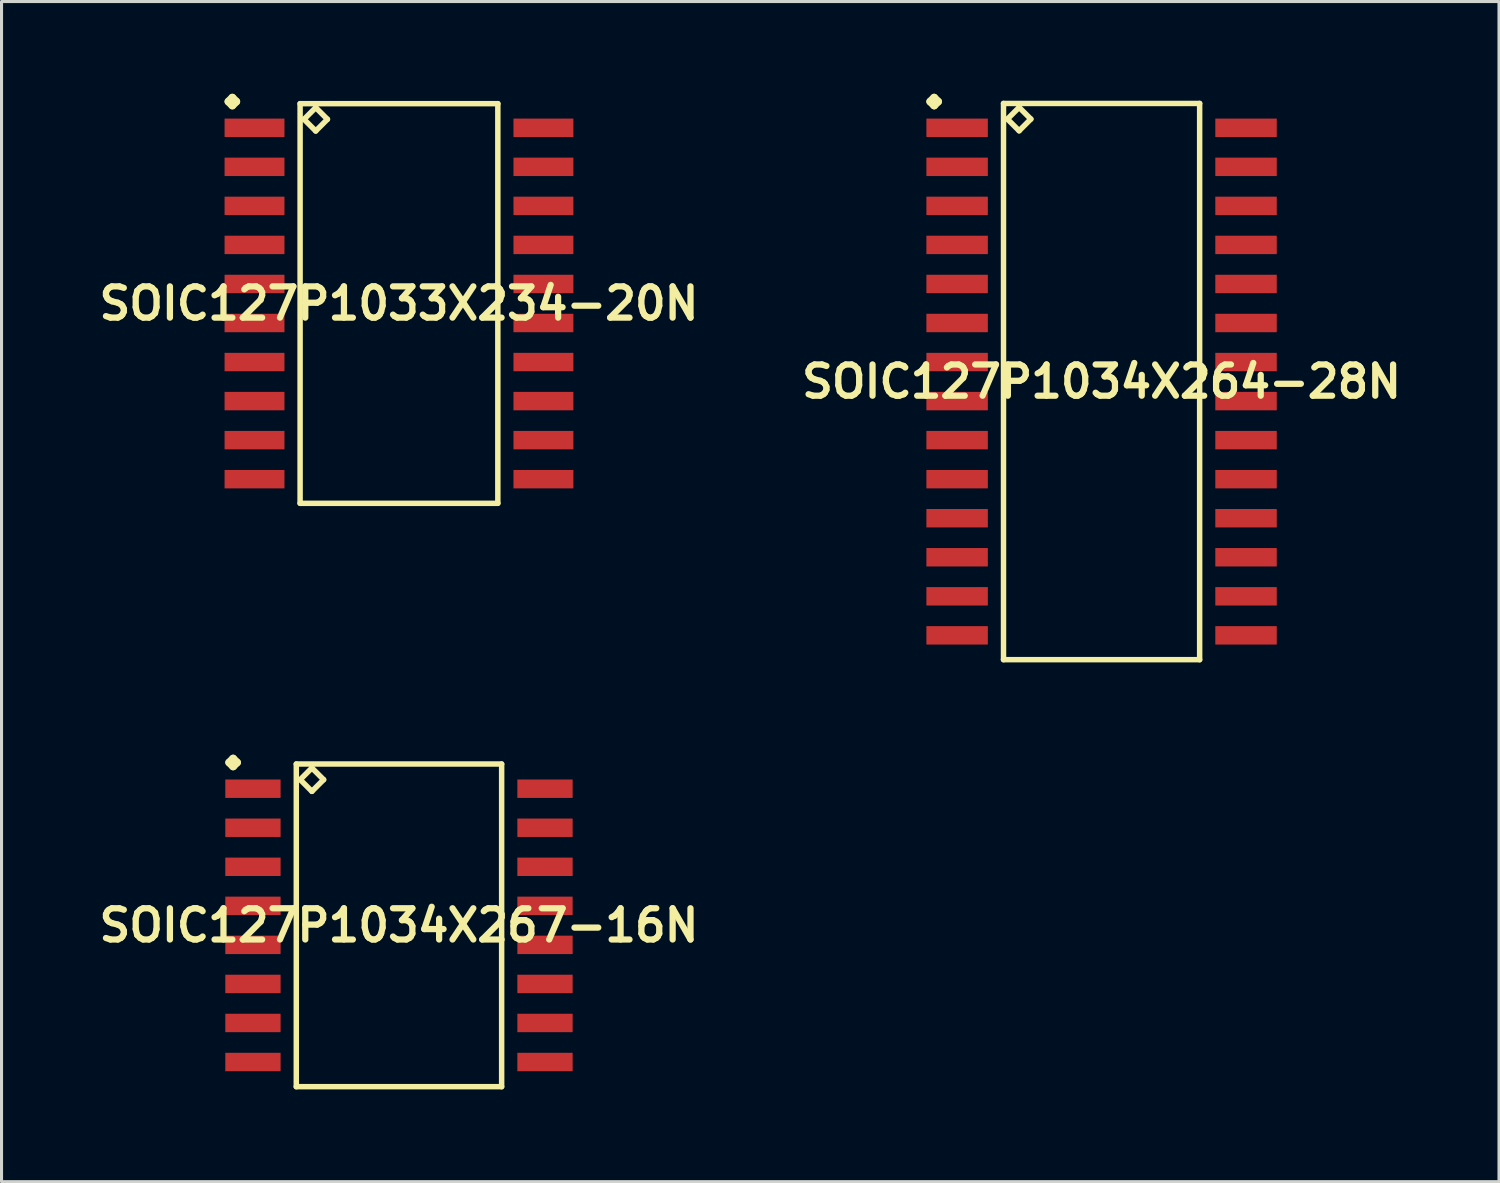
<source format=kicad_pcb>
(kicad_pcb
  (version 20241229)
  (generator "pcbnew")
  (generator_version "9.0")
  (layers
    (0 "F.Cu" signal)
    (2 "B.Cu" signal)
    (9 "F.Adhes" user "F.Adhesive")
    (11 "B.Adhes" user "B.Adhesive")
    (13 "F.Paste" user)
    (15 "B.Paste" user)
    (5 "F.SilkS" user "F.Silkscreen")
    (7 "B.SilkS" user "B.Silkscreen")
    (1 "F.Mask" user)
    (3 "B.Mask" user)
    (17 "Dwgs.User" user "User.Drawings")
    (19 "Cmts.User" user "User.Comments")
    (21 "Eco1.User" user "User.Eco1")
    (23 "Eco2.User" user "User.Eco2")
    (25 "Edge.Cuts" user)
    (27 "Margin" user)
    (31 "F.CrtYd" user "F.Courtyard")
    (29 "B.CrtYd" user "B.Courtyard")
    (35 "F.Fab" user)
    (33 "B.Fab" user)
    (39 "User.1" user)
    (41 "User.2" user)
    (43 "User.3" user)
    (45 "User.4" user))
  (footprint "SOIC127P1034X267-16N"
    (layer "F.Cu")
    (at 9.928 27.051)
    (property "Reference" "SOIC127P1034X267-16N" (at 0 0 0) (layer "F.SilkS") (effects (font (size 1.016 1.016) (thickness 0.203))))
    (attr smd)
    (fp_line (start -5.522 -5.298) (end -5.395 -5.425) (stroke (width 0.254) (type solid)) (layer "F.SilkS"))
    (fp_line (start -5.395 -5.425) (end -5.268 -5.298) (stroke (width 0.254) (type solid)) (layer "F.SilkS"))
    (fp_line (start -5.395 -5.171) (end -5.522 -5.298) (stroke (width 0.254) (type solid)) (layer "F.SilkS"))
    (fp_line (start -5.268 -5.298) (end -5.395 -5.171) (stroke (width 0.254) (type solid)) (layer "F.SilkS"))
    (fp_line (start -3.34 -5.248) (end -3.34 5.248) (stroke (width 0.178) (type solid)) (layer "F.SilkS"))
    (fp_line (start -3.34 5.248) (end 3.34 5.248) (stroke (width 0.178) (type solid)) (layer "F.SilkS"))
    (fp_line (start -3.213 -4.74) (end -2.832 -5.121) (stroke (width 0.178) (type solid)) (layer "F.SilkS"))
    (fp_line (start -2.832 -5.121) (end -2.451 -4.74) (stroke (width 0.178) (type solid)) (layer "F.SilkS"))
    (fp_line (start -2.832 -4.359) (end -3.213 -4.74) (stroke (width 0.178) (type solid)) (layer "F.SilkS"))
    (fp_line (start -2.451 -4.74) (end -2.832 -4.359) (stroke (width 0.178) (type solid)) (layer "F.SilkS"))
    (fp_line (start 3.34 -5.248) (end -3.34 -5.248) (stroke (width 0.178) (type solid)) (layer "F.SilkS"))
    (fp_line (start 3.34 5.248) (end 3.34 -5.248) (stroke (width 0.178) (type solid)) (layer "F.SilkS"))
    (pad "1" smd rect (at -4.75 -4.445) (size 1.798 0.599) (layers "F.Cu" "F.Mask" "F.Paste"))
    (pad "2" smd rect (at -4.75 -3.175) (size 1.798 0.599) (layers "F.Cu" "F.Mask" "F.Paste"))
    (pad "3" smd rect (at -4.75 -1.905) (size 1.798 0.599) (layers "F.Cu" "F.Mask" "F.Paste"))
    (pad "4" smd rect (at -4.75 -0.635) (size 1.798 0.599) (layers "F.Cu" "F.Mask" "F.Paste"))
    (pad "5" smd rect (at -4.75 0.635) (size 1.798 0.599) (layers "F.Cu" "F.Mask" "F.Paste"))
    (pad "6" smd rect (at -4.75 1.905) (size 1.798 0.599) (layers "F.Cu" "F.Mask" "F.Paste"))
    (pad "7" smd rect (at -4.75 3.175) (size 1.798 0.599) (layers "F.Cu" "F.Mask" "F.Paste"))
    (pad "8" smd rect (at -4.75 4.445) (size 1.798 0.599) (layers "F.Cu" "F.Mask" "F.Paste"))
    (pad "9" smd rect (at 4.75 4.445) (size 1.798 0.599) (layers "F.Cu" "F.Mask" "F.Paste"))
    (pad "10" smd rect (at 4.75 3.175) (size 1.798 0.599) (layers "F.Cu" "F.Mask" "F.Paste"))
    (pad "11" smd rect (at 4.75 1.905) (size 1.798 0.599) (layers "F.Cu" "F.Mask" "F.Paste"))
    (pad "12" smd rect (at 4.75 0.635) (size 1.798 0.599) (layers "F.Cu" "F.Mask" "F.Paste"))
    (pad "13" smd rect (at 4.75 -0.635) (size 1.798 0.599) (layers "F.Cu" "F.Mask" "F.Paste"))
    (pad "14" smd rect (at 4.75 -1.905) (size 1.798 0.599) (layers "F.Cu" "F.Mask" "F.Paste"))
    (pad "15" smd rect (at 4.75 -3.175) (size 1.798 0.599) (layers "F.Cu" "F.Mask" "F.Paste"))
    (pad "16" smd rect (at 4.75 -4.445) (size 1.798 0.599) (layers "F.Cu" "F.Mask" "F.Paste")))
  (footprint "SOIC127P1034X264-28N"
    (layer "F.Cu")
    (at 32.783 9.362)
    (property "Reference" "SOIC127P1034X264-28N" (at 0 0 0) (layer "F.SilkS") (effects (font (size 1.016 1.016) (thickness 0.203))))
    (attr smd)
    (fp_line (start -5.573 -9.108) (end -5.446 -9.235) (stroke (width 0.254) (type solid)) (layer "F.SilkS"))
    (fp_line (start -5.446 -9.235) (end -5.319 -9.108) (stroke (width 0.254) (type solid)) (layer "F.SilkS"))
    (fp_line (start -5.446 -8.981) (end -5.573 -9.108) (stroke (width 0.254) (type solid)) (layer "F.SilkS"))
    (fp_line (start -5.319 -9.108) (end -5.446 -8.981) (stroke (width 0.254) (type solid)) (layer "F.SilkS"))
    (fp_line (start -3.19 -9.047) (end -3.19 9.047) (stroke (width 0.178) (type solid)) (layer "F.SilkS"))
    (fp_line (start -3.19 9.047) (end 3.19 9.047) (stroke (width 0.178) (type solid)) (layer "F.SilkS"))
    (fp_line (start -3.063 -8.539) (end -2.682 -8.92) (stroke (width 0.178) (type solid)) (layer "F.SilkS"))
    (fp_line (start -2.682 -8.92) (end -2.301 -8.539) (stroke (width 0.178) (type solid)) (layer "F.SilkS"))
    (fp_line (start -2.682 -8.158) (end -3.063 -8.539) (stroke (width 0.178) (type solid)) (layer "F.SilkS"))
    (fp_line (start -2.301 -8.539) (end -2.682 -8.158) (stroke (width 0.178) (type solid)) (layer "F.SilkS"))
    (fp_line (start 3.19 -9.047) (end -3.19 -9.047) (stroke (width 0.178) (type solid)) (layer "F.SilkS"))
    (fp_line (start 3.19 9.047) (end 3.19 -9.047) (stroke (width 0.178) (type solid)) (layer "F.SilkS"))
    (pad "1" smd rect (at -4.699 -8.255) (size 1.999 0.599) (layers "F.Cu" "F.Mask" "F.Paste"))
    (pad "2" smd rect (at -4.699 -6.985) (size 1.999 0.599) (layers "F.Cu" "F.Mask" "F.Paste"))
    (pad "3" smd rect (at -4.699 -5.715) (size 1.999 0.599) (layers "F.Cu" "F.Mask" "F.Paste"))
    (pad "4" smd rect (at -4.699 -4.445) (size 1.999 0.599) (layers "F.Cu" "F.Mask" "F.Paste"))
    (pad "5" smd rect (at -4.699 -3.175) (size 1.999 0.599) (layers "F.Cu" "F.Mask" "F.Paste"))
    (pad "6" smd rect (at -4.699 -1.905) (size 1.999 0.599) (layers "F.Cu" "F.Mask" "F.Paste"))
    (pad "7" smd rect (at -4.699 -0.635) (size 1.999 0.599) (layers "F.Cu" "F.Mask" "F.Paste"))
    (pad "8" smd rect (at -4.699 0.635) (size 1.999 0.599) (layers "F.Cu" "F.Mask" "F.Paste"))
    (pad "9" smd rect (at -4.699 1.905) (size 1.999 0.599) (layers "F.Cu" "F.Mask" "F.Paste"))
    (pad "10" smd rect (at -4.699 3.175) (size 1.999 0.599) (layers "F.Cu" "F.Mask" "F.Paste"))
    (pad "11" smd rect (at -4.699 4.445) (size 1.999 0.599) (layers "F.Cu" "F.Mask" "F.Paste"))
    (pad "12" smd rect (at -4.699 5.715) (size 1.999 0.599) (layers "F.Cu" "F.Mask" "F.Paste"))
    (pad "13" smd rect (at -4.699 6.985) (size 1.999 0.599) (layers "F.Cu" "F.Mask" "F.Paste"))
    (pad "14" smd rect (at -4.699 8.255) (size 1.999 0.599) (layers "F.Cu" "F.Mask" "F.Paste"))
    (pad "15" smd rect (at 4.699 8.255) (size 1.999 0.599) (layers "F.Cu" "F.Mask" "F.Paste"))
    (pad "16" smd rect (at 4.699 6.985) (size 1.999 0.599) (layers "F.Cu" "F.Mask" "F.Paste"))
    (pad "17" smd rect (at 4.699 5.715) (size 1.999 0.599) (layers "F.Cu" "F.Mask" "F.Paste"))
    (pad "18" smd rect (at 4.699 4.445) (size 1.999 0.599) (layers "F.Cu" "F.Mask" "F.Paste"))
    (pad "19" smd rect (at 4.699 3.175) (size 1.999 0.599) (layers "F.Cu" "F.Mask" "F.Paste"))
    (pad "20" smd rect (at 4.699 1.905) (size 1.999 0.599) (layers "F.Cu" "F.Mask" "F.Paste"))
    (pad "21" smd rect (at 4.699 0.635) (size 1.999 0.599) (layers "F.Cu" "F.Mask" "F.Paste"))
    (pad "22" smd rect (at 4.699 -0.635) (size 1.999 0.599) (layers "F.Cu" "F.Mask" "F.Paste"))
    (pad "23" smd rect (at 4.699 -1.905) (size 1.999 0.599) (layers "F.Cu" "F.Mask" "F.Paste"))
    (pad "24" smd rect (at 4.699 -3.175) (size 1.999 0.599) (layers "F.Cu" "F.Mask" "F.Paste"))
    (pad "25" smd rect (at 4.699 -4.445) (size 1.999 0.599) (layers "F.Cu" "F.Mask" "F.Paste"))
    (pad "26" smd rect (at 4.699 -5.715) (size 1.999 0.599) (layers "F.Cu" "F.Mask" "F.Paste"))
    (pad "27" smd rect (at 4.699 -6.985) (size 1.999 0.599) (layers "F.Cu" "F.Mask" "F.Paste"))
    (pad "28" smd rect (at 4.699 -8.255) (size 1.999 0.599) (layers "F.Cu" "F.Mask" "F.Paste")))
  (footprint "SOIC127P1033X234-20N"
    (layer "F.Cu")
    (at 9.928 6.822)
    (property "Reference" "SOIC127P1033X234-20N" (at 0 0 0) (layer "F.SilkS") (effects (font (size 1.016 1.016) (thickness 0.203))))
    (attr smd)
    (fp_line (start -5.547 -6.568) (end -5.42 -6.695) (stroke (width 0.254) (type solid)) (layer "F.SilkS"))
    (fp_line (start -5.42 -6.695) (end -5.293 -6.568) (stroke (width 0.254) (type solid)) (layer "F.SilkS"))
    (fp_line (start -5.42 -6.441) (end -5.547 -6.568) (stroke (width 0.254) (type solid)) (layer "F.SilkS"))
    (fp_line (start -5.293 -6.568) (end -5.42 -6.441) (stroke (width 0.254) (type solid)) (layer "F.SilkS"))
    (fp_line (start -3.216 -6.5) (end -3.216 6.5) (stroke (width 0.178) (type solid)) (layer "F.SilkS"))
    (fp_line (start -3.216 6.5) (end 3.216 6.5) (stroke (width 0.178) (type solid)) (layer "F.SilkS"))
    (fp_line (start -3.089 -5.992) (end -2.708 -6.373) (stroke (width 0.178) (type solid)) (layer "F.SilkS"))
    (fp_line (start -2.708 -6.373) (end -2.327 -5.992) (stroke (width 0.178) (type solid)) (layer "F.SilkS"))
    (fp_line (start -2.708 -5.611) (end -3.089 -5.992) (stroke (width 0.178) (type solid)) (layer "F.SilkS"))
    (fp_line (start -2.327 -5.992) (end -2.708 -5.611) (stroke (width 0.178) (type solid)) (layer "F.SilkS"))
    (fp_line (start 3.216 -6.5) (end -3.216 -6.5) (stroke (width 0.178) (type solid)) (layer "F.SilkS"))
    (fp_line (start 3.216 6.5) (end 3.216 -6.5) (stroke (width 0.178) (type solid)) (layer "F.SilkS"))
    (pad "1" smd rect (at -4.699 -5.715) (size 1.948 0.599) (layers "F.Cu" "F.Mask" "F.Paste"))
    (pad "2" smd rect (at -4.699 -4.445) (size 1.948 0.599) (layers "F.Cu" "F.Mask" "F.Paste"))
    (pad "3" smd rect (at -4.699 -3.175) (size 1.948 0.599) (layers "F.Cu" "F.Mask" "F.Paste"))
    (pad "4" smd rect (at -4.699 -1.905) (size 1.948 0.599) (layers "F.Cu" "F.Mask" "F.Paste"))
    (pad "5" smd rect (at -4.699 -0.635) (size 1.948 0.599) (layers "F.Cu" "F.Mask" "F.Paste"))
    (pad "6" smd rect (at -4.699 0.635) (size 1.948 0.599) (layers "F.Cu" "F.Mask" "F.Paste"))
    (pad "7" smd rect (at -4.699 1.905) (size 1.948 0.599) (layers "F.Cu" "F.Mask" "F.Paste"))
    (pad "8" smd rect (at -4.699 3.175) (size 1.948 0.599) (layers "F.Cu" "F.Mask" "F.Paste"))
    (pad "9" smd rect (at -4.699 4.445) (size 1.948 0.599) (layers "F.Cu" "F.Mask" "F.Paste"))
    (pad "10" smd rect (at -4.699 5.715) (size 1.948 0.599) (layers "F.Cu" "F.Mask" "F.Paste"))
    (pad "11" smd rect (at 4.699 5.715) (size 1.948 0.599) (layers "F.Cu" "F.Mask" "F.Paste"))
    (pad "12" smd rect (at 4.699 4.445) (size 1.948 0.599) (layers "F.Cu" "F.Mask" "F.Paste"))
    (pad "13" smd rect (at 4.699 3.175) (size 1.948 0.599) (layers "F.Cu" "F.Mask" "F.Paste"))
    (pad "14" smd rect (at 4.699 1.905) (size 1.948 0.599) (layers "F.Cu" "F.Mask" "F.Paste"))
    (pad "15" smd rect (at 4.699 0.635) (size 1.948 0.599) (layers "F.Cu" "F.Mask" "F.Paste"))
    (pad "16" smd rect (at 4.699 -0.635) (size 1.948 0.599) (layers "F.Cu" "F.Mask" "F.Paste"))
    (pad "17" smd rect (at 4.699 -1.905) (size 1.948 0.599) (layers "F.Cu" "F.Mask" "F.Paste"))
    (pad "18" smd rect (at 4.699 -3.175) (size 1.948 0.599) (layers "F.Cu" "F.Mask" "F.Paste"))
    (pad "19" smd rect (at 4.699 -4.445) (size 1.948 0.599) (layers "F.Cu" "F.Mask" "F.Paste"))
    (pad "20" smd rect (at 4.699 -5.715) (size 1.948 0.599) (layers "F.Cu" "F.Mask" "F.Paste")))
  (gr_rect
    (start -3 -3)
    (end 45.711 35.388)
    (stroke (width 0.1) (type default))
    (fill no)
    (layer "Edge.Cuts")))
</source>
